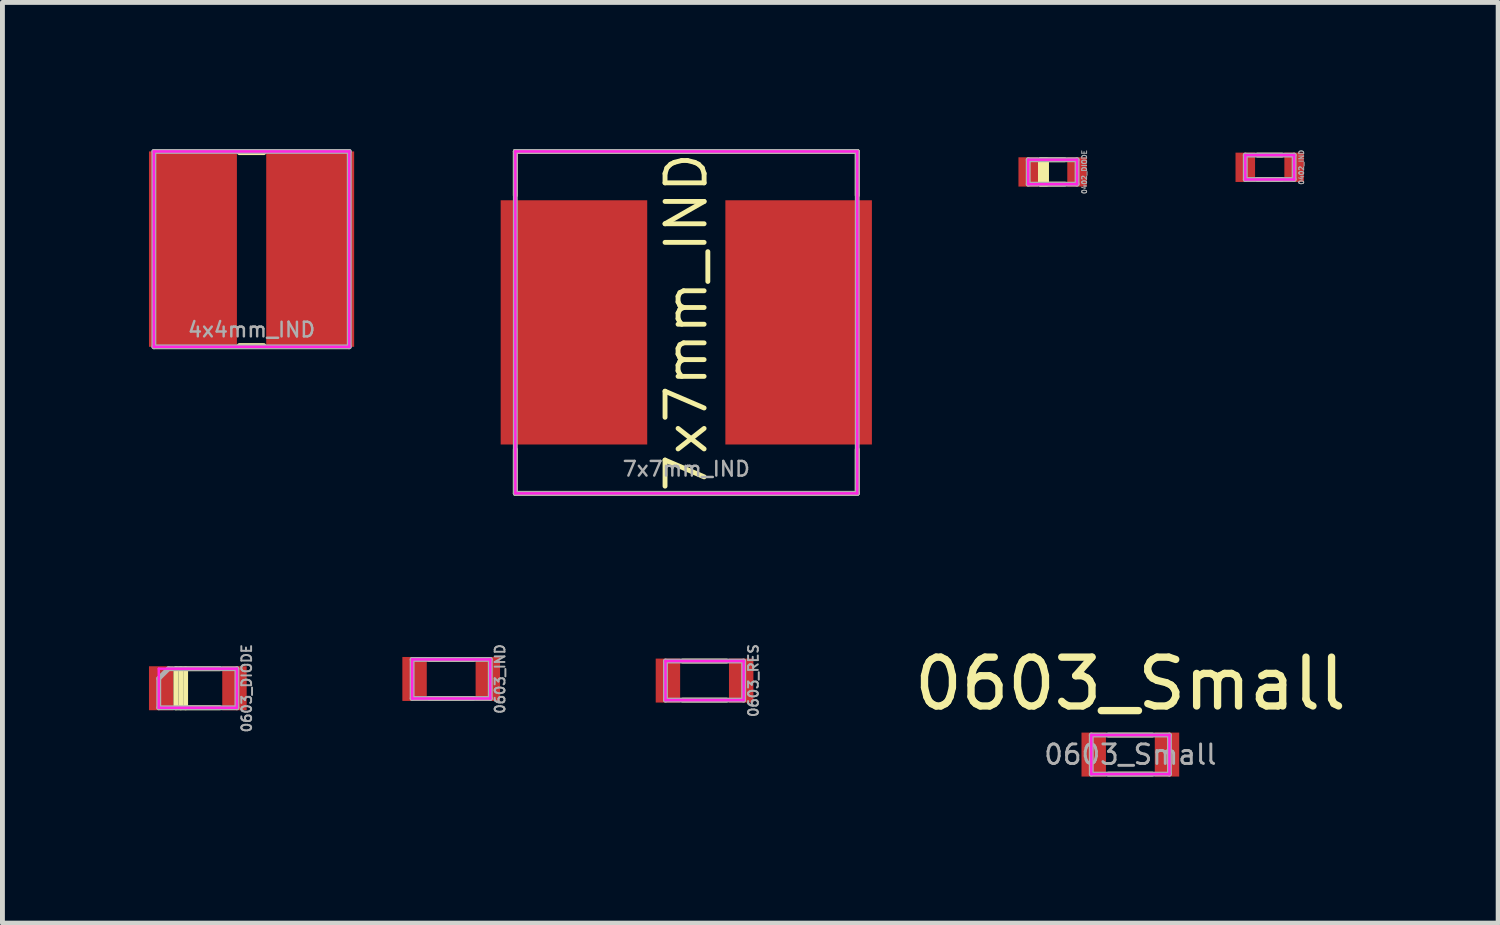
<source format=kicad_pcb>
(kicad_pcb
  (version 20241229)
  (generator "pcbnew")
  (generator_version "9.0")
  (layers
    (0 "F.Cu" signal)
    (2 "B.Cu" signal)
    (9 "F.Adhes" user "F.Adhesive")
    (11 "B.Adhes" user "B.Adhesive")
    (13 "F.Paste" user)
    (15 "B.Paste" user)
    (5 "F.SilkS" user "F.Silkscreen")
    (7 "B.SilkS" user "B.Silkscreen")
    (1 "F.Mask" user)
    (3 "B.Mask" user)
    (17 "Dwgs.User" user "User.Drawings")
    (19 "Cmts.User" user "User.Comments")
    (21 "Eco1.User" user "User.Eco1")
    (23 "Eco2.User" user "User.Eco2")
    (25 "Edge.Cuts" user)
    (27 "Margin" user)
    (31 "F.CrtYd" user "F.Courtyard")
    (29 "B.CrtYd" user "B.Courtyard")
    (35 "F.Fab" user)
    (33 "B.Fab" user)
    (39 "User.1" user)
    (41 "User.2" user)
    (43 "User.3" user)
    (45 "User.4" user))
  (footprint "7x7mm_IND"
    (layer "F.Cu")
    (at 11 3.55)
    (property "Reference" "7x7mm_IND" (at 0 3 180) (layer "F.Fab") (effects (font (size 0.3 0.3) (thickness 0.05))))
    (attr smd)
    (fp_line (start -3.5 -3.5) (end 3.5 -3.5) (stroke (width 0.1) (type solid)) (layer "F.SilkS"))
    (fp_line (start -3.5 -2.6) (end -3.5 -3.5) (stroke (width 0.1) (type solid)) (layer "F.SilkS"))
    (fp_line (start -3.5 2.6) (end -3.5 3.5) (stroke (width 0.1) (type solid)) (layer "F.SilkS"))
    (fp_line (start -3.5 3.5) (end 3.5 3.5) (stroke (width 0.1) (type solid)) (layer "F.SilkS"))
    (fp_line (start 3.5 -3.5) (end 3.5 -2.6) (stroke (width 0.1) (type solid)) (layer "F.SilkS"))
    (fp_line (start 3.5 3.5) (end 3.5 2.6) (stroke (width 0.1) (type solid)) (layer "F.SilkS"))
    (fp_line (start -3.5 -3.5) (end 3.5 -3.5) (stroke (width 0.05) (type solid)) (layer "F.CrtYd"))
    (fp_line (start -3.5 3.5) (end -3.5 -3.5) (stroke (width 0.05) (type solid)) (layer "F.CrtYd"))
    (fp_line (start 3.5 -3.5) (end 3.5 3.5) (stroke (width 0.05) (type solid)) (layer "F.CrtYd"))
    (fp_line (start 3.5 3.5) (end -3.5 3.5) (stroke (width 0.05) (type solid)) (layer "F.CrtYd"))
    (fp_line (start -3.5 -3.5) (end 3.5 -3.5) (stroke (width 0.1) (type solid)) (layer "F.Fab"))
    (fp_line (start -3.5 3.5) (end -3.5 -3.5) (stroke (width 0.1) (type solid)) (layer "F.Fab"))
    (fp_line (start 3.5 -3.5) (end 3.5 3.5) (stroke (width 0.1) (type solid)) (layer "F.Fab"))
    (fp_line (start 3.5 3.5) (end -3.5 3.5) (stroke (width 0.1) (type solid)) (layer "F.Fab"))
    (fp_text user "${REFERENCE}" (at 0 0 90) (layer "F.SilkS") (effects (font (size 0.8 0.8) (thickness 0.1))))
    (pad "1" smd rect (at -2.3 0) (size 3 5) (layers "F.Cu" "F.Mask" "F.Paste"))
    (pad "2" smd rect (at 2.3 0) (size 3 5) (layers "F.Cu" "F.Mask" "F.Paste")))
  (footprint "4x4mm_IND"
    (layer "F.Cu")
    (at 2.1 2.05)
    (property "Reference" "4x4mm_IND" (at 0 1.65 180) (layer "F.Fab") (effects (font (size 0.3 0.3) (thickness 0.05))))
    (attr smd)
    (fp_line (start -0.25 -1.975) (end 0.25 -1.975) (stroke (width 0.1) (type solid)) (layer "F.SilkS"))
    (fp_line (start -0.25 1.975) (end 0.25 1.975) (stroke (width 0.1) (type solid)) (layer "F.SilkS"))
    (fp_line (start -2 -2) (end 2 -2) (stroke (width 0.05) (type solid)) (layer "F.CrtYd"))
    (fp_line (start -2 2) (end -2 -2) (stroke (width 0.05) (type solid)) (layer "F.CrtYd"))
    (fp_line (start 2 -2) (end 2 2) (stroke (width 0.05) (type solid)) (layer "F.CrtYd"))
    (fp_line (start 2 2) (end -2 2) (stroke (width 0.05) (type solid)) (layer "F.CrtYd"))
    (fp_line (start -2 -2) (end 2 -2) (stroke (width 0.1) (type solid)) (layer "F.Fab"))
    (fp_line (start -2 2) (end -2 -2) (stroke (width 0.1) (type solid)) (layer "F.Fab"))
    (fp_line (start 2 -2) (end 2 2) (stroke (width 0.1) (type solid)) (layer "F.Fab"))
    (fp_line (start 2 2) (end -2 2) (stroke (width 0.1) (type solid)) (layer "F.Fab"))
    (pad "1" smd rect (at -1.2 0) (size 1.8 4) (layers "F.Cu" "F.Mask" "F.Paste"))
    (pad "2" smd rect (at 1.2 0) (size 1.8 4) (layers "F.Cu" "F.Mask" "F.Paste")))
  (footprint "0603_DIODE"
    (layer "F.Cu")
    (at 1 11.04)
    (property "Reference" "0603_DIODE" (at 1 0 90) (layer "F.Fab") (effects (font (size 0.2 0.2) (thickness 0.04))))
    (attr smd)
    (fp_line (start -0.45 -0.4) (end -0.45 0.4) (stroke (width 0.1) (type solid)) (layer "F.SilkS"))
    (fp_line (start -0.45 -0.4) (end 0.45 -0.4) (stroke (width 0.1) (type solid)) (layer "F.SilkS"))
    (fp_line (start -0.35 -0.4) (end -0.35 0.4) (stroke (width 0.1) (type solid)) (layer "F.SilkS"))
    (fp_line (start -0.25 -0.4) (end -0.25 0.4) (stroke (width 0.1) (type solid)) (layer "F.SilkS"))
    (fp_line (start 0.45 0.4) (end -0.45 0.4) (stroke (width 0.1) (type solid)) (layer "F.SilkS"))
    (fp_line (start -0.8 -0.4) (end 0.8 -0.4) (stroke (width 0.05) (type solid)) (layer "F.CrtYd"))
    (fp_line (start -0.8 0.4) (end -0.8 -0.4) (stroke (width 0.05) (type solid)) (layer "F.CrtYd"))
    (fp_line (start 0.8 -0.4) (end 0.8 0.4) (stroke (width 0.05) (type solid)) (layer "F.CrtYd"))
    (fp_line (start 0.8 0.4) (end -0.8 0.4) (stroke (width 0.05) (type solid)) (layer "F.CrtYd"))
    (fp_line (start -0.8 -0.2) (end -0.6 -0.4) (stroke (width 0.1) (type solid)) (layer "F.Fab"))
    (fp_line (start -0.8 0.4) (end -0.8 -0.2) (stroke (width 0.1) (type solid)) (layer "F.Fab"))
    (fp_line (start -0.6 -0.4) (end 0.8 -0.4) (stroke (width 0.1) (type solid)) (layer "F.Fab"))
    (fp_line (start 0.8 -0.4) (end 0.8 0.4) (stroke (width 0.1) (type solid)) (layer "F.Fab"))
    (fp_line (start 0.8 0.4) (end -0.8 0.4) (stroke (width 0.1) (type solid)) (layer "F.Fab"))
    (pad "1" smd rect (at -0.75 0) (size 0.5 0.9) (layers "F.Cu" "F.Mask" "F.Paste"))
    (pad "2" smd rect (at 0.75 0) (size 0.5 0.9) (layers "F.Cu" "F.Mask" "F.Paste")))
  (footprint "0603_RES"
    (layer "F.Cu")
    (at 11.374 10.883)
    (property "Reference" "0603_RES" (at 1 0 90) (layer "F.Fab") (effects (font (size 0.2 0.2) (thickness 0.04))))
    (attr smd)
    (fp_line (start -0.45 -0.4) (end 0.45 -0.4) (stroke (width 0.1) (type solid)) (layer "F.SilkS"))
    (fp_line (start 0.45 0.4) (end -0.45 0.4) (stroke (width 0.1) (type solid)) (layer "F.SilkS"))
    (fp_line (start -0.8 -0.4) (end 0.8 -0.4) (stroke (width 0.05) (type solid)) (layer "F.CrtYd"))
    (fp_line (start -0.8 0.4) (end -0.8 -0.4) (stroke (width 0.05) (type solid)) (layer "F.CrtYd"))
    (fp_line (start 0.8 -0.4) (end 0.8 0.4) (stroke (width 0.05) (type solid)) (layer "F.CrtYd"))
    (fp_line (start 0.8 0.4) (end -0.8 0.4) (stroke (width 0.05) (type solid)) (layer "F.CrtYd"))
    (fp_line (start -0.8 -0.4) (end 0.8 -0.4) (stroke (width 0.1) (type solid)) (layer "F.Fab"))
    (fp_line (start -0.8 0.4) (end -0.8 -0.4) (stroke (width 0.1) (type solid)) (layer "F.Fab"))
    (fp_line (start 0.8 -0.4) (end 0.8 0.4) (stroke (width 0.1) (type solid)) (layer "F.Fab"))
    (fp_line (start 0.8 0.4) (end -0.8 0.4) (stroke (width 0.1) (type solid)) (layer "F.Fab"))
    (pad "1" smd rect (at -0.75 0) (size 0.5 0.9) (layers "F.Cu" "F.Mask" "F.Paste"))
    (pad "2" smd rect (at 0.75 0) (size 0.5 0.9) (layers "F.Cu" "F.Mask" "F.Paste")))
  (footprint "0402_DIODE"
    (layer "F.Cu")
    (at 18.5 0.47)
    (property "Reference" "0402_DIODE" (at 0.65 0 90) (layer "F.Fab") (effects (font (size 0.1 0.1) (thickness 0.02))))
    (attr smd)
    (fp_line (start -0.25 -0.25) (end 0.25 -0.25) (stroke (width 0.1) (type solid)) (layer "F.SilkS"))
    (fp_line (start 0.25 0.25) (end -0.25 0.25) (stroke (width 0.1) (type solid)) (layer "F.SilkS"))
    (fp_poly (pts (xy -0.125 0.25) (xy -0.25 0.25) (xy -0.25 -0.25) (xy -0.125 -0.25)) (stroke (width 0.1) (type solid)) (fill yes) (layer "F.SilkS"))
    (fp_line (start -0.5 -0.25) (end 0.5 -0.25) (stroke (width 0.05) (type solid)) (layer "F.CrtYd"))
    (fp_line (start -0.5 0.25) (end -0.5 -0.25) (stroke (width 0.05) (type solid)) (layer "F.CrtYd"))
    (fp_line (start 0.5 -0.25) (end 0.5 0.25) (stroke (width 0.05) (type solid)) (layer "F.CrtYd"))
    (fp_line (start 0.5 0.25) (end -0.5 0.25) (stroke (width 0.05) (type solid)) (layer "F.CrtYd"))
    (fp_line (start -0.5 -0.25) (end 0.5 -0.25) (stroke (width 0.1) (type solid)) (layer "F.Fab"))
    (fp_line (start -0.5 0.25) (end -0.5 -0.25) (stroke (width 0.1) (type solid)) (layer "F.Fab"))
    (fp_line (start 0.5 -0.25) (end 0.5 0.25) (stroke (width 0.1) (type solid)) (layer "F.Fab"))
    (fp_line (start 0.5 0.25) (end -0.5 0.25) (stroke (width 0.1) (type solid)) (layer "F.Fab"))
    (pad "1" smd rect (at -0.5 0) (size 0.4 0.6) (layers "F.Cu" "F.Mask" "F.Paste"))
    (pad "2" smd rect (at 0.5 0) (size 0.4 0.6) (layers "F.Cu" "F.Mask" "F.Paste")))
  (footprint "0603_IND"
    (layer "F.Cu")
    (at 6.187 10.85)
    (property "Reference" "0603_IND" (at 1 0 90) (layer "F.Fab") (effects (font (size 0.2 0.2) (thickness 0.04))))
    (attr smd)
    (fp_line (start -0.45 -0.4) (end 0.45 -0.4) (stroke (width 0.1) (type solid)) (layer "F.SilkS"))
    (fp_line (start 0.45 0.4) (end -0.45 0.4) (stroke (width 0.1) (type solid)) (layer "F.SilkS"))
    (fp_line (start -0.8 -0.4) (end 0.8 -0.4) (stroke (width 0.05) (type solid)) (layer "F.CrtYd"))
    (fp_line (start -0.8 0.4) (end -0.8 -0.4) (stroke (width 0.05) (type solid)) (layer "F.CrtYd"))
    (fp_line (start 0.8 -0.4) (end 0.8 0.4) (stroke (width 0.05) (type solid)) (layer "F.CrtYd"))
    (fp_line (start 0.8 0.4) (end -0.8 0.4) (stroke (width 0.05) (type solid)) (layer "F.CrtYd"))
    (fp_line (start -0.8 -0.4) (end 0.8 -0.4) (stroke (width 0.1) (type solid)) (layer "F.Fab"))
    (fp_line (start -0.8 0.4) (end -0.8 -0.4) (stroke (width 0.1) (type solid)) (layer "F.Fab"))
    (fp_line (start 0.8 -0.4) (end 0.8 0.4) (stroke (width 0.1) (type solid)) (layer "F.Fab"))
    (fp_line (start 0.8 0.4) (end -0.8 0.4) (stroke (width 0.1) (type solid)) (layer "F.Fab"))
    (pad "1" smd rect (at -0.75 0) (size 0.5 0.9) (layers "F.Cu" "F.Mask" "F.Paste"))
    (pad "2" smd rect (at 0.75 0) (size 0.5 0.9) (layers "F.Cu" "F.Mask" "F.Paste")))
  (footprint "0603_Small"
    (layer "F.Cu")
    (at 20.091 12.398)
    (property "Reference" "0603_Small" (at 0 -1.45 0) (layer "F.SilkS") (effects (font (size 1 1) (thickness 0.15))))
    (attr smd)
    (fp_line (start -0.45 -0.4) (end 0.45 -0.4) (stroke (width 0.1) (type solid)) (layer "F.SilkS"))
    (fp_line (start 0.45 0.4) (end -0.45 0.4) (stroke (width 0.1) (type solid)) (layer "F.SilkS"))
    (fp_line (start -0.8 -0.4) (end 0.8 -0.4) (stroke (width 0.05) (type solid)) (layer "F.CrtYd"))
    (fp_line (start -0.8 0.4) (end -0.8 -0.4) (stroke (width 0.05) (type solid)) (layer "F.CrtYd"))
    (fp_line (start 0.8 -0.4) (end 0.8 0.4) (stroke (width 0.05) (type solid)) (layer "F.CrtYd"))
    (fp_line (start 0.8 0.4) (end -0.8 0.4) (stroke (width 0.05) (type solid)) (layer "F.CrtYd"))
    (fp_line (start -0.8 -0.4) (end 0.8 -0.4) (stroke (width 0.1) (type solid)) (layer "F.Fab"))
    (fp_line (start -0.8 0.4) (end -0.8 -0.4) (stroke (width 0.1) (type solid)) (layer "F.Fab"))
    (fp_line (start 0.8 -0.4) (end 0.8 0.4) (stroke (width 0.1) (type solid)) (layer "F.Fab"))
    (fp_line (start 0.8 0.4) (end -0.8 0.4) (stroke (width 0.1) (type solid)) (layer "F.Fab"))
    (fp_text user "${REFERENCE}" (at 0 0 0) (layer "F.Fab") (effects (font (size 0.4 0.4) (thickness 0.06))))
    (pad "1" smd rect (at -0.75 0) (size 0.5 0.9) (layers "F.Cu" "F.Mask" "F.Paste"))
    (pad "2" smd rect (at 0.75 0) (size 0.5 0.9) (layers "F.Cu" "F.Mask" "F.Paste")))
  (footprint "0402_IND"
    (layer "F.Cu")
    (at 22.944 0.375)
    (property "Reference" "0402_IND" (at 0.65 0 90) (layer "F.Fab") (effects (font (size 0.1 0.1) (thickness 0.02))))
    (attr smd)
    (fp_line (start -0.25 -0.25) (end 0.25 -0.25) (stroke (width 0.1) (type solid)) (layer "F.SilkS"))
    (fp_line (start 0.25 0.25) (end -0.25 0.25) (stroke (width 0.1) (type solid)) (layer "F.SilkS"))
    (fp_line (start -0.5 -0.25) (end 0.5 -0.25) (stroke (width 0.05) (type solid)) (layer "F.CrtYd"))
    (fp_line (start -0.5 0.25) (end -0.5 -0.25) (stroke (width 0.05) (type solid)) (layer "F.CrtYd"))
    (fp_line (start 0.5 -0.25) (end 0.5 0.25) (stroke (width 0.05) (type solid)) (layer "F.CrtYd"))
    (fp_line (start 0.5 0.25) (end -0.5 0.25) (stroke (width 0.05) (type solid)) (layer "F.CrtYd"))
    (fp_line (start -0.5 -0.25) (end 0.5 -0.25) (stroke (width 0.1) (type solid)) (layer "F.Fab"))
    (fp_line (start -0.5 0.25) (end -0.5 -0.25) (stroke (width 0.1) (type solid)) (layer "F.Fab"))
    (fp_line (start 0.5 -0.25) (end 0.5 0.25) (stroke (width 0.1) (type solid)) (layer "F.Fab"))
    (fp_line (start 0.5 0.25) (end -0.5 0.25) (stroke (width 0.1) (type solid)) (layer "F.Fab"))
    (pad "1" smd rect (at -0.5 0) (size 0.4 0.6) (layers "F.Cu" "F.Mask" "F.Paste"))
    (pad "2" smd rect (at 0.5 0) (size 0.4 0.6) (layers "F.Cu" "F.Mask" "F.Paste")))
  (gr_rect
    (start -3 -3)
    (end 27.621 15.848)
    (stroke (width 0.1) (type default))
    (fill no)
    (layer "Edge.Cuts")))
</source>
